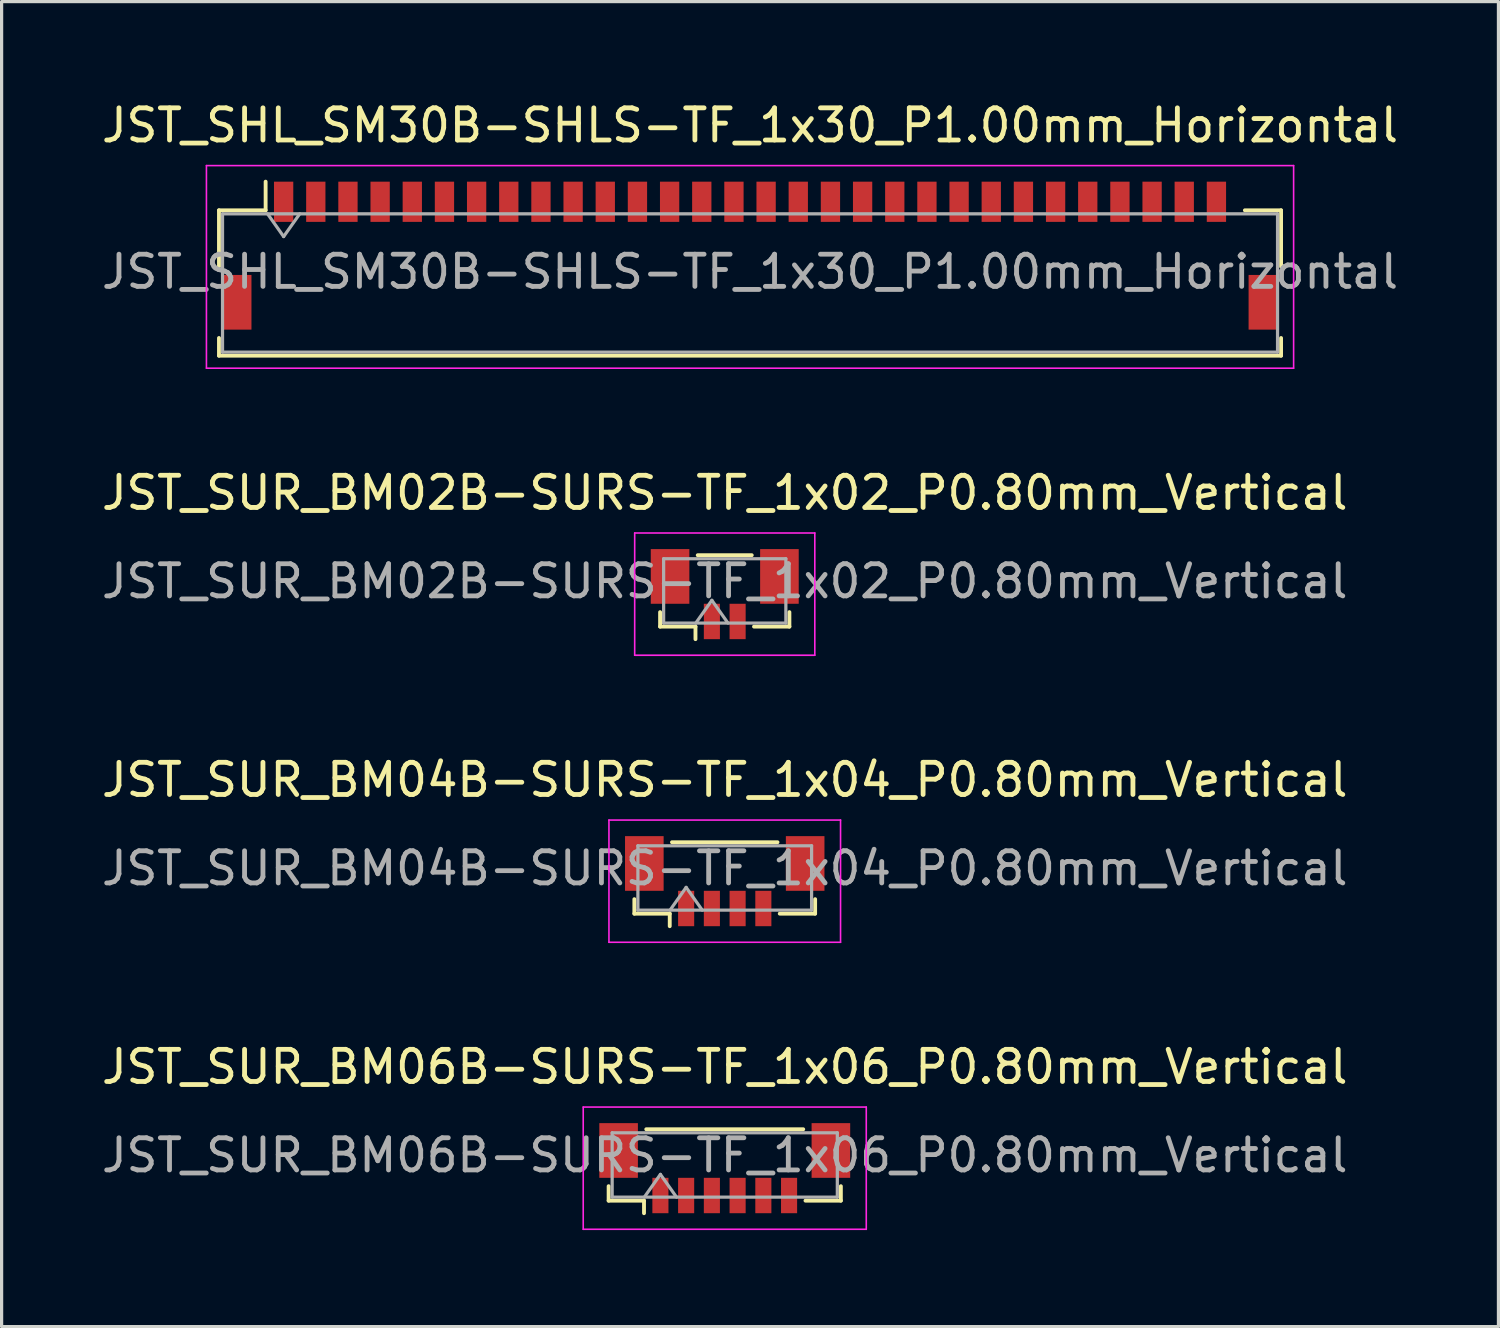
<source format=kicad_pcb>
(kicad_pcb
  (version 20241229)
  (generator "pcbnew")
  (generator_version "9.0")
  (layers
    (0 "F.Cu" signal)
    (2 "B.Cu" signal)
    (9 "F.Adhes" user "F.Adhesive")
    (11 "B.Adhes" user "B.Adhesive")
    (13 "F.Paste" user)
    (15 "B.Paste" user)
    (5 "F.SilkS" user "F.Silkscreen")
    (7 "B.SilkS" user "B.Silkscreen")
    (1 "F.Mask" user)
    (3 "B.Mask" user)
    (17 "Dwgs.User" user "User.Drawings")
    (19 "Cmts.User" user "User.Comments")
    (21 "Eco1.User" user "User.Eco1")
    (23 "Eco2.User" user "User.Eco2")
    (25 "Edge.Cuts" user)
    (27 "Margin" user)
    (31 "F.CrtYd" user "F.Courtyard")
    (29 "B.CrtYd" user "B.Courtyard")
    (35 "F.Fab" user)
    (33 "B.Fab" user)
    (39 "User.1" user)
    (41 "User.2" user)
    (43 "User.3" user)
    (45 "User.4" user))
  (footprint "JST_SHL_SM30B-SHLS-TF_1x30_P1.00mm_Horizontal"
    (layer "F.Cu")
    (at 20.268 4.898)
    (property "Reference" "JST_SHL_SM30B-SHLS-TF_1x30_P1.00mm_Horizontal" (at 0 -4.05 0) (layer "F.SilkS") (effects (font (size 1 1) (thickness 0.15))))
    (attr smd)
    (fp_line (start -16.51 -1.41) (end -15.06 -1.41) (stroke (width 0.12) (type solid)) (layer "F.SilkS"))
    (fp_line (start -16.51 0.34) (end -16.51 -1.41) (stroke (width 0.12) (type solid)) (layer "F.SilkS"))
    (fp_line (start -16.51 2.56) (end -16.51 3.11) (stroke (width 0.12) (type solid)) (layer "F.SilkS"))
    (fp_line (start -16.51 3.11) (end 16.51 3.11) (stroke (width 0.12) (type solid)) (layer "F.SilkS"))
    (fp_line (start -15.06 -1.41) (end -15.06 -2.3) (stroke (width 0.12) (type solid)) (layer "F.SilkS"))
    (fp_line (start 16.51 -1.41) (end 15.385 -1.41) (stroke (width 0.12) (type solid)) (layer "F.SilkS"))
    (fp_line (start 16.51 0.34) (end 16.51 -1.41) (stroke (width 0.12) (type solid)) (layer "F.SilkS"))
    (fp_line (start 16.51 3.11) (end 16.51 2.56) (stroke (width 0.12) (type solid)) (layer "F.SilkS"))
    (fp_line (start -16.9 -2.8) (end -16.9 3.5) (stroke (width 0.05) (type solid)) (layer "F.CrtYd"))
    (fp_line (start -16.9 3.5) (end 16.9 3.5) (stroke (width 0.05) (type solid)) (layer "F.CrtYd"))
    (fp_line (start 16.9 -2.8) (end -16.9 -2.8) (stroke (width 0.05) (type solid)) (layer "F.CrtYd"))
    (fp_line (start 16.9 3.5) (end 16.9 -2.8) (stroke (width 0.05) (type solid)) (layer "F.CrtYd"))
    (fp_line (start -16.4 -1.3) (end -16.4 3) (stroke (width 0.1) (type solid)) (layer "F.Fab"))
    (fp_line (start -16.4 3) (end 16.4 3) (stroke (width 0.1) (type solid)) (layer "F.Fab"))
    (fp_line (start -15 -1.3) (end -14.5 -0.593) (stroke (width 0.1) (type solid)) (layer "F.Fab"))
    (fp_line (start -14.5 -0.593) (end -14 -1.3) (stroke (width 0.1) (type solid)) (layer "F.Fab"))
    (fp_line (start 16.4 -1.3) (end -16.4 -1.3) (stroke (width 0.1) (type solid)) (layer "F.Fab"))
    (fp_line (start 16.4 3) (end 16.4 -1.3) (stroke (width 0.1) (type solid)) (layer "F.Fab"))
    (fp_text user "${REFERENCE}" (at 0 0.5 0) (layer "F.Fab") (effects (font (size 1 1) (thickness 0.15))))
    (pad "" smd rect (at -15.95 1.45) (size 0.9 1.7) (layers "F.Cu" "F.Mask" "F.Paste"))
    (pad "" smd rect (at 15.95 1.45) (size 0.9 1.7) (layers "F.Cu" "F.Mask" "F.Paste"))
    (pad "1" smd rect (at -14.5 -1.675) (size 0.6 1.25) (layers "F.Cu" "F.Mask" "F.Paste"))
    (pad "2" smd rect (at -13.5 -1.675) (size 0.6 1.25) (layers "F.Cu" "F.Mask" "F.Paste"))
    (pad "3" smd rect (at -12.5 -1.675) (size 0.6 1.25) (layers "F.Cu" "F.Mask" "F.Paste"))
    (pad "4" smd rect (at -11.5 -1.675) (size 0.6 1.25) (layers "F.Cu" "F.Mask" "F.Paste"))
    (pad "5" smd rect (at -10.5 -1.675) (size 0.6 1.25) (layers "F.Cu" "F.Mask" "F.Paste"))
    (pad "6" smd rect (at -9.5 -1.675) (size 0.6 1.25) (layers "F.Cu" "F.Mask" "F.Paste"))
    (pad "7" smd rect (at -8.5 -1.675) (size 0.6 1.25) (layers "F.Cu" "F.Mask" "F.Paste"))
    (pad "8" smd rect (at -7.5 -1.675) (size 0.6 1.25) (layers "F.Cu" "F.Mask" "F.Paste"))
    (pad "9" smd rect (at -6.5 -1.675) (size 0.6 1.25) (layers "F.Cu" "F.Mask" "F.Paste"))
    (pad "10" smd rect (at -5.5 -1.675) (size 0.6 1.25) (layers "F.Cu" "F.Mask" "F.Paste"))
    (pad "11" smd rect (at -4.5 -1.675) (size 0.6 1.25) (layers "F.Cu" "F.Mask" "F.Paste"))
    (pad "12" smd rect (at -3.5 -1.675) (size 0.6 1.25) (layers "F.Cu" "F.Mask" "F.Paste"))
    (pad "13" smd rect (at -2.5 -1.675) (size 0.6 1.25) (layers "F.Cu" "F.Mask" "F.Paste"))
    (pad "14" smd rect (at -1.5 -1.675) (size 0.6 1.25) (layers "F.Cu" "F.Mask" "F.Paste"))
    (pad "15" smd rect (at -0.5 -1.675) (size 0.6 1.25) (layers "F.Cu" "F.Mask" "F.Paste"))
    (pad "16" smd rect (at 0.5 -1.675) (size 0.6 1.25) (layers "F.Cu" "F.Mask" "F.Paste"))
    (pad "17" smd rect (at 1.5 -1.675) (size 0.6 1.25) (layers "F.Cu" "F.Mask" "F.Paste"))
    (pad "18" smd rect (at 2.5 -1.675) (size 0.6 1.25) (layers "F.Cu" "F.Mask" "F.Paste"))
    (pad "19" smd rect (at 3.5 -1.675) (size 0.6 1.25) (layers "F.Cu" "F.Mask" "F.Paste"))
    (pad "20" smd rect (at 4.5 -1.675) (size 0.6 1.25) (layers "F.Cu" "F.Mask" "F.Paste"))
    (pad "21" smd rect (at 5.5 -1.675) (size 0.6 1.25) (layers "F.Cu" "F.Mask" "F.Paste"))
    (pad "22" smd rect (at 6.5 -1.675) (size 0.6 1.25) (layers "F.Cu" "F.Mask" "F.Paste"))
    (pad "23" smd rect (at 7.5 -1.675) (size 0.6 1.25) (layers "F.Cu" "F.Mask" "F.Paste"))
    (pad "24" smd rect (at 8.5 -1.675) (size 0.6 1.25) (layers "F.Cu" "F.Mask" "F.Paste"))
    (pad "25" smd rect (at 9.5 -1.675) (size 0.6 1.25) (layers "F.Cu" "F.Mask" "F.Paste"))
    (pad "26" smd rect (at 10.5 -1.675) (size 0.6 1.25) (layers "F.Cu" "F.Mask" "F.Paste"))
    (pad "27" smd rect (at 11.5 -1.675) (size 0.6 1.25) (layers "F.Cu" "F.Mask" "F.Paste"))
    (pad "28" smd rect (at 12.5 -1.675) (size 0.6 1.25) (layers "F.Cu" "F.Mask" "F.Paste"))
    (pad "29" smd rect (at 13.5 -1.675) (size 0.6 1.25) (layers "F.Cu" "F.Mask" "F.Paste"))
    (pad "30" smd rect (at 14.5 -1.675) (size 0.6 1.25) (layers "F.Cu" "F.Mask" "F.Paste")))
  (footprint "JST_SUR_BM06B-SURS-TF_1x06_P0.80mm_Vertical"
    (layer "F.Cu")
    (at 19.482 33.268)
    (property "Reference" "JST_SUR_BM06B-SURS-TF_1x06_P0.80mm_Vertical" (at 0 -3.15 0) (layer "F.SilkS") (effects (font (size 1 1) (thickness 0.15))))
    (attr smd)
    (fp_line (start -3.61 0.56) (end -3.61 1.01) (stroke (width 0.12) (type solid)) (layer "F.SilkS"))
    (fp_line (start -3.61 1.01) (end -2.51 1.01) (stroke (width 0.12) (type solid)) (layer "F.SilkS"))
    (fp_line (start -2.51 1.01) (end -2.51 1.4) (stroke (width 0.12) (type solid)) (layer "F.SilkS"))
    (fp_line (start -2.44 -1.21) (end 2.44 -1.21) (stroke (width 0.12) (type solid)) (layer "F.SilkS"))
    (fp_line (start 3.61 0.56) (end 3.61 1.01) (stroke (width 0.12) (type solid)) (layer "F.SilkS"))
    (fp_line (start 3.61 1.01) (end 2.51 1.01) (stroke (width 0.12) (type solid)) (layer "F.SilkS"))
    (fp_line (start -4.4 -1.9) (end -4.4 1.9) (stroke (width 0.05) (type solid)) (layer "F.CrtYd"))
    (fp_line (start -4.4 1.9) (end 4.4 1.9) (stroke (width 0.05) (type solid)) (layer "F.CrtYd"))
    (fp_line (start 4.4 -1.9) (end -4.4 -1.9) (stroke (width 0.05) (type solid)) (layer "F.CrtYd"))
    (fp_line (start 4.4 1.9) (end 4.4 -1.9) (stroke (width 0.05) (type solid)) (layer "F.CrtYd"))
    (fp_line (start -3.5 -1.1) (end 3.5 -1.1) (stroke (width 0.1) (type solid)) (layer "F.Fab"))
    (fp_line (start -3.5 0.9) (end -3.5 -1.1) (stroke (width 0.1) (type solid)) (layer "F.Fab"))
    (fp_line (start -3.5 0.9) (end 3.5 0.9) (stroke (width 0.1) (type solid)) (layer "F.Fab"))
    (fp_line (start -2.5 0.9) (end -2 0.193) (stroke (width 0.1) (type solid)) (layer "F.Fab"))
    (fp_line (start -2 0.193) (end -1.5 0.9) (stroke (width 0.1) (type solid)) (layer "F.Fab"))
    (fp_line (start 3.5 0.9) (end 3.5 -1.1) (stroke (width 0.1) (type solid)) (layer "F.Fab"))
    (fp_text user "${REFERENCE}" (at 0 -0.4 0) (layer "F.Fab") (effects (font (size 1 1) (thickness 0.15))))
    (pad "" smd rect (at -3.3 -0.55) (size 1.2 1.7) (layers "F.Cu" "F.Mask" "F.Paste"))
    (pad "" smd rect (at 3.3 -0.55) (size 1.2 1.7) (layers "F.Cu" "F.Mask" "F.Paste"))
    (pad "1" smd rect (at -2 0.85) (size 0.5 1.1) (layers "F.Cu" "F.Mask" "F.Paste"))
    (pad "2" smd rect (at -1.2 0.85) (size 0.5 1.1) (layers "F.Cu" "F.Mask" "F.Paste"))
    (pad "3" smd rect (at -0.4 0.85) (size 0.5 1.1) (layers "F.Cu" "F.Mask" "F.Paste"))
    (pad "4" smd rect (at 0.4 0.85) (size 0.5 1.1) (layers "F.Cu" "F.Mask" "F.Paste"))
    (pad "5" smd rect (at 1.2 0.85) (size 0.5 1.1) (layers "F.Cu" "F.Mask" "F.Paste"))
    (pad "6" smd rect (at 2 0.85) (size 0.5 1.1) (layers "F.Cu" "F.Mask" "F.Paste")))
  (footprint "JST_SUR_BM02B-SURS-TF_1x02_P0.80mm_Vertical"
    (layer "F.Cu")
    (at 19.482 15.421)
    (property "Reference" "JST_SUR_BM02B-SURS-TF_1x02_P0.80mm_Vertical" (at 0 -3.15 0) (layer "F.SilkS") (effects (font (size 1 1) (thickness 0.15))))
    (attr smd)
    (fp_line (start -2.01 0.56) (end -2.01 1.01) (stroke (width 0.12) (type solid)) (layer "F.SilkS"))
    (fp_line (start -2.01 1.01) (end -0.91 1.01) (stroke (width 0.12) (type solid)) (layer "F.SilkS"))
    (fp_line (start -0.91 1.01) (end -0.91 1.4) (stroke (width 0.12) (type solid)) (layer "F.SilkS"))
    (fp_line (start -0.84 -1.21) (end 0.84 -1.21) (stroke (width 0.12) (type solid)) (layer "F.SilkS"))
    (fp_line (start 2.01 0.56) (end 2.01 1.01) (stroke (width 0.12) (type solid)) (layer "F.SilkS"))
    (fp_line (start 2.01 1.01) (end 0.91 1.01) (stroke (width 0.12) (type solid)) (layer "F.SilkS"))
    (fp_line (start -2.8 -1.9) (end -2.8 1.9) (stroke (width 0.05) (type solid)) (layer "F.CrtYd"))
    (fp_line (start -2.8 1.9) (end 2.8 1.9) (stroke (width 0.05) (type solid)) (layer "F.CrtYd"))
    (fp_line (start 2.8 -1.9) (end -2.8 -1.9) (stroke (width 0.05) (type solid)) (layer "F.CrtYd"))
    (fp_line (start 2.8 1.9) (end 2.8 -1.9) (stroke (width 0.05) (type solid)) (layer "F.CrtYd"))
    (fp_line (start -1.9 -1.1) (end 1.9 -1.1) (stroke (width 0.1) (type solid)) (layer "F.Fab"))
    (fp_line (start -1.9 0.9) (end -1.9 -1.1) (stroke (width 0.1) (type solid)) (layer "F.Fab"))
    (fp_line (start -1.9 0.9) (end 1.9 0.9) (stroke (width 0.1) (type solid)) (layer "F.Fab"))
    (fp_line (start -0.9 0.9) (end -0.4 0.193) (stroke (width 0.1) (type solid)) (layer "F.Fab"))
    (fp_line (start -0.4 0.193) (end 0.1 0.9) (stroke (width 0.1) (type solid)) (layer "F.Fab"))
    (fp_line (start 1.9 0.9) (end 1.9 -1.1) (stroke (width 0.1) (type solid)) (layer "F.Fab"))
    (fp_text user "${REFERENCE}" (at 0 -0.4 0) (layer "F.Fab") (effects (font (size 1 1) (thickness 0.15))))
    (pad "" smd rect (at -1.7 -0.55) (size 1.2 1.7) (layers "F.Cu" "F.Mask" "F.Paste"))
    (pad "" smd rect (at 1.7 -0.55) (size 1.2 1.7) (layers "F.Cu" "F.Mask" "F.Paste"))
    (pad "1" smd rect (at -0.4 0.85) (size 0.5 1.1) (layers "F.Cu" "F.Mask" "F.Paste"))
    (pad "2" smd rect (at 0.4 0.85) (size 0.5 1.1) (layers "F.Cu" "F.Mask" "F.Paste")))
  (footprint "JST_SUR_BM04B-SURS-TF_1x04_P0.80mm_Vertical"
    (layer "F.Cu")
    (at 19.482 24.345)
    (property "Reference" "JST_SUR_BM04B-SURS-TF_1x04_P0.80mm_Vertical" (at 0 -3.15 0) (layer "F.SilkS") (effects (font (size 1 1) (thickness 0.15))))
    (attr smd)
    (fp_line (start -2.81 0.56) (end -2.81 1.01) (stroke (width 0.12) (type solid)) (layer "F.SilkS"))
    (fp_line (start -2.81 1.01) (end -1.71 1.01) (stroke (width 0.12) (type solid)) (layer "F.SilkS"))
    (fp_line (start -1.71 1.01) (end -1.71 1.4) (stroke (width 0.12) (type solid)) (layer "F.SilkS"))
    (fp_line (start -1.64 -1.21) (end 1.64 -1.21) (stroke (width 0.12) (type solid)) (layer "F.SilkS"))
    (fp_line (start 2.81 0.56) (end 2.81 1.01) (stroke (width 0.12) (type solid)) (layer "F.SilkS"))
    (fp_line (start 2.81 1.01) (end 1.71 1.01) (stroke (width 0.12) (type solid)) (layer "F.SilkS"))
    (fp_line (start -3.6 -1.9) (end -3.6 1.9) (stroke (width 0.05) (type solid)) (layer "F.CrtYd"))
    (fp_line (start -3.6 1.9) (end 3.6 1.9) (stroke (width 0.05) (type solid)) (layer "F.CrtYd"))
    (fp_line (start 3.6 -1.9) (end -3.6 -1.9) (stroke (width 0.05) (type solid)) (layer "F.CrtYd"))
    (fp_line (start 3.6 1.9) (end 3.6 -1.9) (stroke (width 0.05) (type solid)) (layer "F.CrtYd"))
    (fp_line (start -2.7 -1.1) (end 2.7 -1.1) (stroke (width 0.1) (type solid)) (layer "F.Fab"))
    (fp_line (start -2.7 0.9) (end -2.7 -1.1) (stroke (width 0.1) (type solid)) (layer "F.Fab"))
    (fp_line (start -2.7 0.9) (end 2.7 0.9) (stroke (width 0.1) (type solid)) (layer "F.Fab"))
    (fp_line (start -1.7 0.9) (end -1.2 0.193) (stroke (width 0.1) (type solid)) (layer "F.Fab"))
    (fp_line (start -1.2 0.193) (end -0.7 0.9) (stroke (width 0.1) (type solid)) (layer "F.Fab"))
    (fp_line (start 2.7 0.9) (end 2.7 -1.1) (stroke (width 0.1) (type solid)) (layer "F.Fab"))
    (fp_text user "${REFERENCE}" (at 0 -0.4 0) (layer "F.Fab") (effects (font (size 1 1) (thickness 0.15))))
    (pad "" smd rect (at -2.5 -0.55) (size 1.2 1.7) (layers "F.Cu" "F.Mask" "F.Paste"))
    (pad "" smd rect (at 2.5 -0.55) (size 1.2 1.7) (layers "F.Cu" "F.Mask" "F.Paste"))
    (pad "1" smd rect (at -1.2 0.85) (size 0.5 1.1) (layers "F.Cu" "F.Mask" "F.Paste"))
    (pad "2" smd rect (at -0.4 0.85) (size 0.5 1.1) (layers "F.Cu" "F.Mask" "F.Paste"))
    (pad "3" smd rect (at 0.4 0.85) (size 0.5 1.1) (layers "F.Cu" "F.Mask" "F.Paste"))
    (pad "4" smd rect (at 1.2 0.85) (size 0.5 1.1) (layers "F.Cu" "F.Mask" "F.Paste")))
  (gr_rect
    (start -3 -3)
    (end 43.536 38.193)
    (stroke (width 0.1) (type default))
    (fill no)
    (layer "Edge.Cuts")))
</source>
